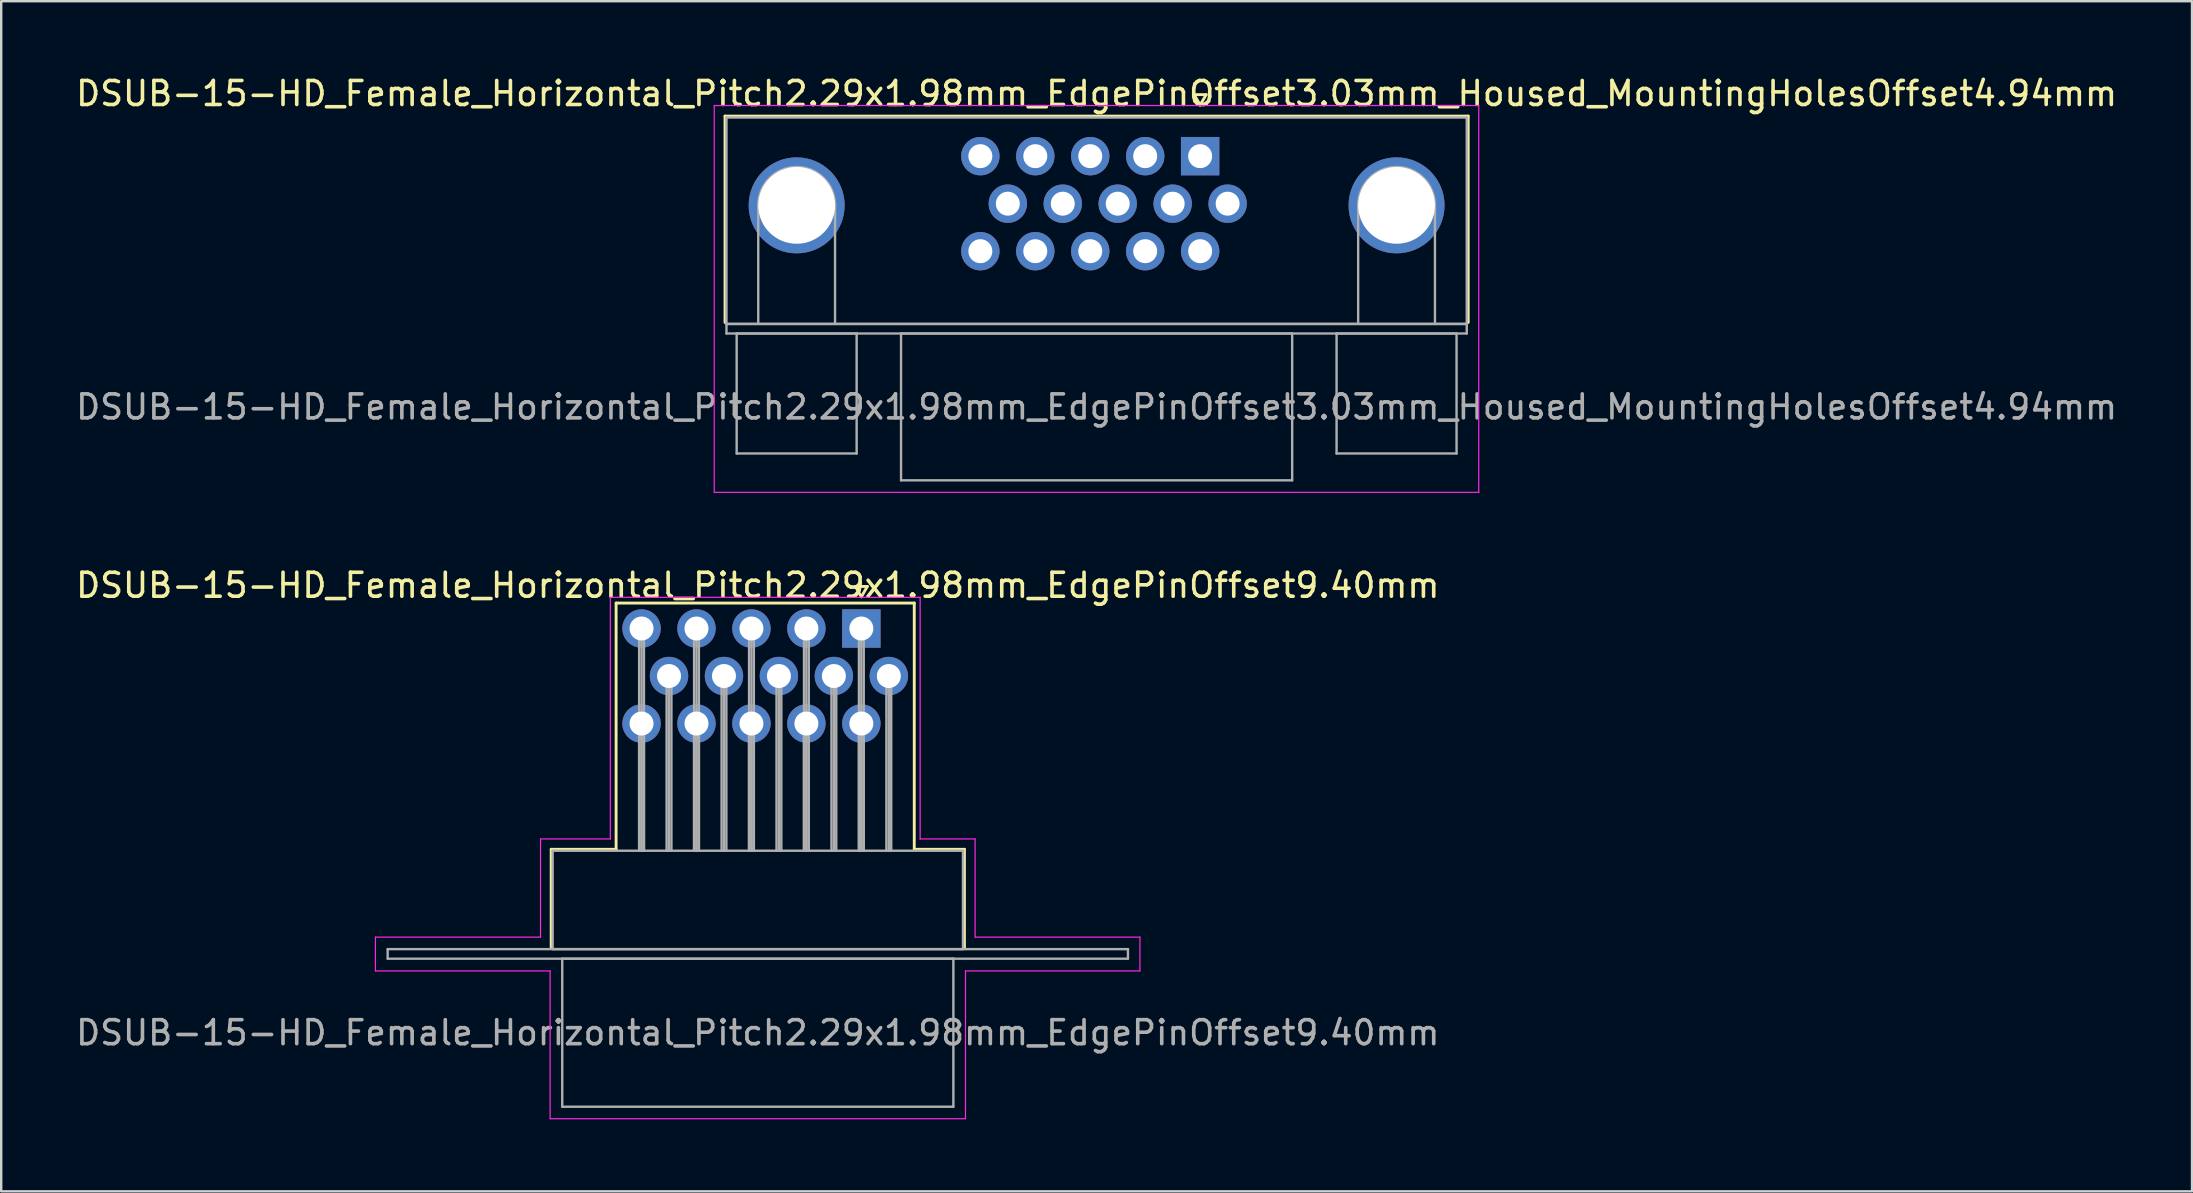
<source format=kicad_pcb>
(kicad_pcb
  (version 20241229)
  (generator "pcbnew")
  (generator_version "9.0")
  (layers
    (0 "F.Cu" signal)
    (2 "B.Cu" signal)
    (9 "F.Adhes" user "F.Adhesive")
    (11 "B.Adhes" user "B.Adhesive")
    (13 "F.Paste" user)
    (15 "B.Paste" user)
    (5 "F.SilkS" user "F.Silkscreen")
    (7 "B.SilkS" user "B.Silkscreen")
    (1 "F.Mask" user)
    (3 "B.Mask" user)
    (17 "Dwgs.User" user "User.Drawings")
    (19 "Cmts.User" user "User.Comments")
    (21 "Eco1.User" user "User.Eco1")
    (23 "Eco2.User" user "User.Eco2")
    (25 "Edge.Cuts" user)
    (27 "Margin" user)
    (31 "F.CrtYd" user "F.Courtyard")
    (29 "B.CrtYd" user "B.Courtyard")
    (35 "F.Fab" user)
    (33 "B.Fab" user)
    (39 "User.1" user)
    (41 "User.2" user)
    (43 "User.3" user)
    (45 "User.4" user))
  (footprint "DSUB-15-HD_Female_Horizontal_Pitch2.29x1.98mm_EdgePinOffset3.03mm_Housed_MountingHolesOffset4.94mm"
    (layer "F.Cu")
    (at 46.964 3.458)
    (property "Reference" "DSUB-15-HD_Female_Horizontal_Pitch2.29x1.98mm_EdgePinOffset3.03mm_Housed_MountingHolesOffset4.94mm" (at -4.315 -2.61 0) (layer "F.SilkS") (effects (font (size 1 1) (thickness 0.15))))
    (attr through_hole)
    (fp_line (start -19.8 -1.67) (end 11.17 -1.67) (stroke (width 0.12) (type solid)) (layer "F.SilkS"))
    (fp_line (start -19.8 6.93) (end -19.8 -1.67) (stroke (width 0.12) (type solid)) (layer "F.SilkS"))
    (fp_line (start -0.25 -2.564) (end 0.25 -2.564) (stroke (width 0.12) (type solid)) (layer "F.SilkS"))
    (fp_line (start 0 -2.131) (end -0.25 -2.564) (stroke (width 0.12) (type solid)) (layer "F.SilkS"))
    (fp_line (start 0.25 -2.564) (end 0 -2.131) (stroke (width 0.12) (type solid)) (layer "F.SilkS"))
    (fp_line (start 11.17 -1.67) (end 11.17 6.93) (stroke (width 0.12) (type solid)) (layer "F.SilkS"))
    (fp_line (start -20.25 -2.11) (end -20.25 14.01) (stroke (width 0.05) (type solid)) (layer "F.CrtYd"))
    (fp_line (start -20.25 14.01) (end 11.61 14.01) (stroke (width 0.05) (type solid)) (layer "F.CrtYd"))
    (fp_line (start 11.61 -2.11) (end -20.25 -2.11) (stroke (width 0.05) (type solid)) (layer "F.CrtYd"))
    (fp_line (start 11.61 14.01) (end 11.61 -2.11) (stroke (width 0.05) (type solid)) (layer "F.CrtYd"))
    (fp_line (start -19.74 -1.61) (end -19.74 6.99) (stroke (width 0.1) (type solid)) (layer "F.Fab"))
    (fp_line (start -19.74 6.99) (end -19.74 7.39) (stroke (width 0.1) (type solid)) (layer "F.Fab"))
    (fp_line (start -19.74 6.99) (end 11.11 6.99) (stroke (width 0.1) (type solid)) (layer "F.Fab"))
    (fp_line (start -19.74 7.39) (end 11.11 7.39) (stroke (width 0.1) (type solid)) (layer "F.Fab"))
    (fp_line (start -19.315 7.39) (end -19.315 12.39) (stroke (width 0.1) (type solid)) (layer "F.Fab"))
    (fp_line (start -19.315 12.39) (end -14.315 12.39) (stroke (width 0.1) (type solid)) (layer "F.Fab"))
    (fp_line (start -18.415 6.99) (end -18.415 2.05) (stroke (width 0.1) (type solid)) (layer "F.Fab"))
    (fp_line (start -15.215 6.99) (end -15.215 2.05) (stroke (width 0.1) (type solid)) (layer "F.Fab"))
    (fp_line (start -14.315 7.39) (end -19.315 7.39) (stroke (width 0.1) (type solid)) (layer "F.Fab"))
    (fp_line (start -14.315 12.39) (end -14.315 7.39) (stroke (width 0.1) (type solid)) (layer "F.Fab"))
    (fp_line (start -12.465 7.39) (end -12.465 13.51) (stroke (width 0.1) (type solid)) (layer "F.Fab"))
    (fp_line (start -12.465 13.51) (end 3.835 13.51) (stroke (width 0.1) (type solid)) (layer "F.Fab"))
    (fp_line (start 3.835 7.39) (end -12.465 7.39) (stroke (width 0.1) (type solid)) (layer "F.Fab"))
    (fp_line (start 3.835 13.51) (end 3.835 7.39) (stroke (width 0.1) (type solid)) (layer "F.Fab"))
    (fp_line (start 5.685 7.39) (end 5.685 12.39) (stroke (width 0.1) (type solid)) (layer "F.Fab"))
    (fp_line (start 5.685 12.39) (end 10.685 12.39) (stroke (width 0.1) (type solid)) (layer "F.Fab"))
    (fp_line (start 6.585 6.99) (end 6.585 2.05) (stroke (width 0.1) (type solid)) (layer "F.Fab"))
    (fp_line (start 9.785 6.99) (end 9.785 2.05) (stroke (width 0.1) (type solid)) (layer "F.Fab"))
    (fp_line (start 10.685 7.39) (end 5.685 7.39) (stroke (width 0.1) (type solid)) (layer "F.Fab"))
    (fp_line (start 10.685 12.39) (end 10.685 7.39) (stroke (width 0.1) (type solid)) (layer "F.Fab"))
    (fp_line (start 11.11 -1.61) (end -19.74 -1.61) (stroke (width 0.1) (type solid)) (layer "F.Fab"))
    (fp_line (start 11.11 6.99) (end -19.74 6.99) (stroke (width 0.1) (type solid)) (layer "F.Fab"))
    (fp_line (start 11.11 6.99) (end 11.11 -1.61) (stroke (width 0.1) (type solid)) (layer "F.Fab"))
    (fp_line (start 11.11 7.39) (end 11.11 6.99) (stroke (width 0.1) (type solid)) (layer "F.Fab"))
    (fp_arc (start -18.415 2.05) (mid -16.815 0.45) (end -15.215 2.05) (stroke (width 0.1) (type solid)) (layer "F.Fab"))
    (fp_arc (start 6.585 2.05) (mid 8.185 0.45) (end 9.785 2.05) (stroke (width 0.1) (type solid)) (layer "F.Fab"))
    (fp_text user "${REFERENCE}" (at -4.315 10.45 0) (layer "F.Fab") (effects (font (size 1 1) (thickness 0.15))))
    (pad "0" thru_hole circle (at -16.815 2.05) (size 4 4) (drill 3.2) (layers "*.Cu" "*.Mask"))
    (pad "0" thru_hole circle (at 8.185 2.05) (size 4 4) (drill 3.2) (layers "*.Cu" "*.Mask"))
    (pad "1" thru_hole rect (at 0 0) (size 1.6 1.6) (drill 1) (layers "*.Cu" "*.Mask"))
    (pad "2" thru_hole circle (at -2.29 0) (size 1.6 1.6) (drill 1) (layers "*.Cu" "*.Mask"))
    (pad "3" thru_hole circle (at -4.58 0) (size 1.6 1.6) (drill 1) (layers "*.Cu" "*.Mask"))
    (pad "4" thru_hole circle (at -6.87 0) (size 1.6 1.6) (drill 1) (layers "*.Cu" "*.Mask"))
    (pad "5" thru_hole circle (at -9.16 0) (size 1.6 1.6) (drill 1) (layers "*.Cu" "*.Mask"))
    (pad "6" thru_hole circle (at 1.145 1.98) (size 1.6 1.6) (drill 1) (layers "*.Cu" "*.Mask"))
    (pad "7" thru_hole circle (at -1.145 1.98) (size 1.6 1.6) (drill 1) (layers "*.Cu" "*.Mask"))
    (pad "8" thru_hole circle (at -3.435 1.98) (size 1.6 1.6) (drill 1) (layers "*.Cu" "*.Mask"))
    (pad "9" thru_hole circle (at -5.725 1.98) (size 1.6 1.6) (drill 1) (layers "*.Cu" "*.Mask"))
    (pad "10" thru_hole circle (at -8.015 1.98) (size 1.6 1.6) (drill 1) (layers "*.Cu" "*.Mask"))
    (pad "11" thru_hole circle (at 0 3.96) (size 1.6 1.6) (drill 1) (layers "*.Cu" "*.Mask"))
    (pad "12" thru_hole circle (at -2.29 3.96) (size 1.6 1.6) (drill 1) (layers "*.Cu" "*.Mask"))
    (pad "13" thru_hole circle (at -4.58 3.96) (size 1.6 1.6) (drill 1) (layers "*.Cu" "*.Mask"))
    (pad "14" thru_hole circle (at -6.87 3.96) (size 1.6 1.6) (drill 1) (layers "*.Cu" "*.Mask"))
    (pad "15" thru_hole circle (at -9.16 3.96) (size 1.6 1.6) (drill 1) (layers "*.Cu" "*.Mask")))
  (footprint "DSUB-15-HD_Female_Horizontal_Pitch2.29x1.98mm_EdgePinOffset9.40mm"
    (layer "F.Cu")
    (at 32.845 23.142)
    (property "Reference" "DSUB-15-HD_Female_Horizontal_Pitch2.29x1.98mm_EdgePinOffset9.40mm" (at -4.315 -1.8 0) (layer "F.SilkS") (effects (font (size 1 1) (thickness 0.15))))
    (attr through_hole)
    (fp_line (start -12.925 9.2) (end -10.22 9.2) (stroke (width 0.12) (type solid)) (layer "F.SilkS"))
    (fp_line (start -12.925 13.3) (end -12.925 9.2) (stroke (width 0.12) (type solid)) (layer "F.SilkS"))
    (fp_line (start -10.22 -1.06) (end 2.205 -1.06) (stroke (width 0.12) (type solid)) (layer "F.SilkS"))
    (fp_line (start -10.22 9.2) (end -10.22 -1.06) (stroke (width 0.12) (type solid)) (layer "F.SilkS"))
    (fp_line (start -0.25 -1.754) (end 0.25 -1.754) (stroke (width 0.12) (type solid)) (layer "F.SilkS"))
    (fp_line (start 0 -1.321) (end -0.25 -1.754) (stroke (width 0.12) (type solid)) (layer "F.SilkS"))
    (fp_line (start 0.25 -1.754) (end 0 -1.321) (stroke (width 0.12) (type solid)) (layer "F.SilkS"))
    (fp_line (start 2.205 -1.06) (end 2.205 9.2) (stroke (width 0.12) (type solid)) (layer "F.SilkS"))
    (fp_line (start 2.205 9.2) (end 4.295 9.2) (stroke (width 0.12) (type solid)) (layer "F.SilkS"))
    (fp_line (start 4.295 9.2) (end 4.295 13.3) (stroke (width 0.12) (type solid)) (layer "F.SilkS"))
    (fp_line (start -20.25 12.86) (end -13.37 12.86) (stroke (width 0.05) (type solid)) (layer "F.CrtYd"))
    (fp_line (start -20.25 14.27) (end -20.25 12.86) (stroke (width 0.05) (type solid)) (layer "F.CrtYd"))
    (fp_line (start -13.37 8.77) (end -10.46 8.77) (stroke (width 0.05) (type solid)) (layer "F.CrtYd"))
    (fp_line (start -13.37 12.86) (end -13.37 8.77) (stroke (width 0.05) (type solid)) (layer "F.CrtYd"))
    (fp_line (start -12.97 14.27) (end -20.25 14.27) (stroke (width 0.05) (type solid)) (layer "F.CrtYd"))
    (fp_line (start -12.97 20.43) (end -12.97 14.27) (stroke (width 0.05) (type solid)) (layer "F.CrtYd"))
    (fp_line (start -10.46 -1.3) (end 2.45 -1.3) (stroke (width 0.05) (type solid)) (layer "F.CrtYd"))
    (fp_line (start -10.46 8.77) (end -10.46 -1.3) (stroke (width 0.05) (type solid)) (layer "F.CrtYd"))
    (fp_line (start 2.45 -1.3) (end 2.45 8.77) (stroke (width 0.05) (type solid)) (layer "F.CrtYd"))
    (fp_line (start 2.45 8.77) (end 4.74 8.77) (stroke (width 0.05) (type solid)) (layer "F.CrtYd"))
    (fp_line (start 4.34 14.27) (end 4.34 20.43) (stroke (width 0.05) (type solid)) (layer "F.CrtYd"))
    (fp_line (start 4.34 20.43) (end -12.97 20.43) (stroke (width 0.05) (type solid)) (layer "F.CrtYd"))
    (fp_line (start 4.74 8.77) (end 4.74 12.86) (stroke (width 0.05) (type solid)) (layer "F.CrtYd"))
    (fp_line (start 4.74 12.86) (end 11.61 12.86) (stroke (width 0.05) (type solid)) (layer "F.CrtYd"))
    (fp_line (start 11.61 12.86) (end 11.61 14.27) (stroke (width 0.05) (type solid)) (layer "F.CrtYd"))
    (fp_line (start 11.61 14.27) (end 4.34 14.27) (stroke (width 0.05) (type solid)) (layer "F.CrtYd"))
    (fp_line (start -19.74 13.36) (end -19.74 13.76) (stroke (width 0.1) (type solid)) (layer "F.Fab"))
    (fp_line (start -19.74 13.76) (end 11.11 13.76) (stroke (width 0.1) (type solid)) (layer "F.Fab"))
    (fp_line (start -12.865 9.26) (end -12.865 13.36) (stroke (width 0.1) (type solid)) (layer "F.Fab"))
    (fp_line (start -12.865 13.36) (end 4.235 13.36) (stroke (width 0.1) (type solid)) (layer "F.Fab"))
    (fp_line (start -12.465 13.76) (end -12.465 19.93) (stroke (width 0.1) (type solid)) (layer "F.Fab"))
    (fp_line (start -12.465 19.93) (end 3.835 19.93) (stroke (width 0.1) (type solid)) (layer "F.Fab"))
    (fp_line (start -9.26 0) (end -9.26 9.26) (stroke (width 0.1) (type solid)) (layer "F.Fab"))
    (fp_line (start -9.26 3.96) (end -9.26 9.26) (stroke (width 0.1) (type solid)) (layer "F.Fab"))
    (fp_line (start -9.16 0) (end -9.16 9.26) (stroke (width 0.1) (type solid)) (layer "F.Fab"))
    (fp_line (start -9.16 3.96) (end -9.16 9.26) (stroke (width 0.1) (type solid)) (layer "F.Fab"))
    (fp_line (start -9.06 0) (end -9.06 9.26) (stroke (width 0.1) (type solid)) (layer "F.Fab"))
    (fp_line (start -9.06 3.96) (end -9.06 9.26) (stroke (width 0.1) (type solid)) (layer "F.Fab"))
    (fp_line (start -8.115 1.98) (end -8.115 9.26) (stroke (width 0.1) (type solid)) (layer "F.Fab"))
    (fp_line (start -8.015 1.98) (end -8.015 9.26) (stroke (width 0.1) (type solid)) (layer "F.Fab"))
    (fp_line (start -7.915 1.98) (end -7.915 9.26) (stroke (width 0.1) (type solid)) (layer "F.Fab"))
    (fp_line (start -6.97 0) (end -6.97 9.26) (stroke (width 0.1) (type solid)) (layer "F.Fab"))
    (fp_line (start -6.97 3.96) (end -6.97 9.26) (stroke (width 0.1) (type solid)) (layer "F.Fab"))
    (fp_line (start -6.87 0) (end -6.87 9.26) (stroke (width 0.1) (type solid)) (layer "F.Fab"))
    (fp_line (start -6.87 3.96) (end -6.87 9.26) (stroke (width 0.1) (type solid)) (layer "F.Fab"))
    (fp_line (start -6.77 0) (end -6.77 9.26) (stroke (width 0.1) (type solid)) (layer "F.Fab"))
    (fp_line (start -6.77 3.96) (end -6.77 9.26) (stroke (width 0.1) (type solid)) (layer "F.Fab"))
    (fp_line (start -5.825 1.98) (end -5.825 9.26) (stroke (width 0.1) (type solid)) (layer "F.Fab"))
    (fp_line (start -5.725 1.98) (end -5.725 9.26) (stroke (width 0.1) (type solid)) (layer "F.Fab"))
    (fp_line (start -5.625 1.98) (end -5.625 9.26) (stroke (width 0.1) (type solid)) (layer "F.Fab"))
    (fp_line (start -4.68 0) (end -4.68 9.26) (stroke (width 0.1) (type solid)) (layer "F.Fab"))
    (fp_line (start -4.68 3.96) (end -4.68 9.26) (stroke (width 0.1) (type solid)) (layer "F.Fab"))
    (fp_line (start -4.58 0) (end -4.58 9.26) (stroke (width 0.1) (type solid)) (layer "F.Fab"))
    (fp_line (start -4.58 3.96) (end -4.58 9.26) (stroke (width 0.1) (type solid)) (layer "F.Fab"))
    (fp_line (start -4.48 0) (end -4.48 9.26) (stroke (width 0.1) (type solid)) (layer "F.Fab"))
    (fp_line (start -4.48 3.96) (end -4.48 9.26) (stroke (width 0.1) (type solid)) (layer "F.Fab"))
    (fp_line (start -3.535 1.98) (end -3.535 9.26) (stroke (width 0.1) (type solid)) (layer "F.Fab"))
    (fp_line (start -3.435 1.98) (end -3.435 9.26) (stroke (width 0.1) (type solid)) (layer "F.Fab"))
    (fp_line (start -3.335 1.98) (end -3.335 9.26) (stroke (width 0.1) (type solid)) (layer "F.Fab"))
    (fp_line (start -2.39 0) (end -2.39 9.26) (stroke (width 0.1) (type solid)) (layer "F.Fab"))
    (fp_line (start -2.39 3.96) (end -2.39 9.26) (stroke (width 0.1) (type solid)) (layer "F.Fab"))
    (fp_line (start -2.29 0) (end -2.29 9.26) (stroke (width 0.1) (type solid)) (layer "F.Fab"))
    (fp_line (start -2.29 3.96) (end -2.29 9.26) (stroke (width 0.1) (type solid)) (layer "F.Fab"))
    (fp_line (start -2.19 0) (end -2.19 9.26) (stroke (width 0.1) (type solid)) (layer "F.Fab"))
    (fp_line (start -2.19 3.96) (end -2.19 9.26) (stroke (width 0.1) (type solid)) (layer "F.Fab"))
    (fp_line (start -1.245 1.98) (end -1.245 9.26) (stroke (width 0.1) (type solid)) (layer "F.Fab"))
    (fp_line (start -1.145 1.98) (end -1.145 9.26) (stroke (width 0.1) (type solid)) (layer "F.Fab"))
    (fp_line (start -1.045 1.98) (end -1.045 9.26) (stroke (width 0.1) (type solid)) (layer "F.Fab"))
    (fp_line (start -0.1 0) (end -0.1 9.26) (stroke (width 0.1) (type solid)) (layer "F.Fab"))
    (fp_line (start -0.1 3.96) (end -0.1 9.26) (stroke (width 0.1) (type solid)) (layer "F.Fab"))
    (fp_line (start 0 0) (end 0 9.26) (stroke (width 0.1) (type solid)) (layer "F.Fab"))
    (fp_line (start 0 3.96) (end 0 9.26) (stroke (width 0.1) (type solid)) (layer "F.Fab"))
    (fp_line (start 0.1 0) (end 0.1 9.26) (stroke (width 0.1) (type solid)) (layer "F.Fab"))
    (fp_line (start 0.1 3.96) (end 0.1 9.26) (stroke (width 0.1) (type solid)) (layer "F.Fab"))
    (fp_line (start 1.045 1.98) (end 1.045 9.26) (stroke (width 0.1) (type solid)) (layer "F.Fab"))
    (fp_line (start 1.145 1.98) (end 1.145 9.26) (stroke (width 0.1) (type solid)) (layer "F.Fab"))
    (fp_line (start 1.245 1.98) (end 1.245 9.26) (stroke (width 0.1) (type solid)) (layer "F.Fab"))
    (fp_line (start 3.835 13.76) (end -12.465 13.76) (stroke (width 0.1) (type solid)) (layer "F.Fab"))
    (fp_line (start 3.835 19.93) (end 3.835 13.76) (stroke (width 0.1) (type solid)) (layer "F.Fab"))
    (fp_line (start 4.235 9.26) (end -12.865 9.26) (stroke (width 0.1) (type solid)) (layer "F.Fab"))
    (fp_line (start 4.235 13.36) (end 4.235 9.26) (stroke (width 0.1) (type solid)) (layer "F.Fab"))
    (fp_line (start 11.11 13.36) (end -19.74 13.36) (stroke (width 0.1) (type solid)) (layer "F.Fab"))
    (fp_line (start 11.11 13.76) (end 11.11 13.36) (stroke (width 0.1) (type solid)) (layer "F.Fab"))
    (fp_text user "${REFERENCE}" (at -4.315 16.845 0) (layer "F.Fab") (effects (font (size 1 1) (thickness 0.15))))
    (pad "1" thru_hole rect (at 0 0) (size 1.6 1.6) (drill 1) (layers "*.Cu" "*.Mask"))
    (pad "2" thru_hole circle (at -2.29 0) (size 1.6 1.6) (drill 1) (layers "*.Cu" "*.Mask"))
    (pad "3" thru_hole circle (at -4.58 0) (size 1.6 1.6) (drill 1) (layers "*.Cu" "*.Mask"))
    (pad "4" thru_hole circle (at -6.87 0) (size 1.6 1.6) (drill 1) (layers "*.Cu" "*.Mask"))
    (pad "5" thru_hole circle (at -9.16 0) (size 1.6 1.6) (drill 1) (layers "*.Cu" "*.Mask"))
    (pad "6" thru_hole circle (at 1.145 1.98) (size 1.6 1.6) (drill 1) (layers "*.Cu" "*.Mask"))
    (pad "7" thru_hole circle (at -1.145 1.98) (size 1.6 1.6) (drill 1) (layers "*.Cu" "*.Mask"))
    (pad "8" thru_hole circle (at -3.435 1.98) (size 1.6 1.6) (drill 1) (layers "*.Cu" "*.Mask"))
    (pad "9" thru_hole circle (at -5.725 1.98) (size 1.6 1.6) (drill 1) (layers "*.Cu" "*.Mask"))
    (pad "10" thru_hole circle (at -8.015 1.98) (size 1.6 1.6) (drill 1) (layers "*.Cu" "*.Mask"))
    (pad "11" thru_hole circle (at 0 3.96) (size 1.6 1.6) (drill 1) (layers "*.Cu" "*.Mask"))
    (pad "12" thru_hole circle (at -2.29 3.96) (size 1.6 1.6) (drill 1) (layers "*.Cu" "*.Mask"))
    (pad "13" thru_hole circle (at -4.58 3.96) (size 1.6 1.6) (drill 1) (layers "*.Cu" "*.Mask"))
    (pad "14" thru_hole circle (at -6.87 3.96) (size 1.6 1.6) (drill 1) (layers "*.Cu" "*.Mask"))
    (pad "15" thru_hole circle (at -9.16 3.96) (size 1.6 1.6) (drill 1) (layers "*.Cu" "*.Mask")))
  (gr_rect
    (start -3 -3)
    (end 88.298 46.596)
    (stroke (width 0.1) (type default))
    (fill no)
    (layer "Edge.Cuts")))
</source>
